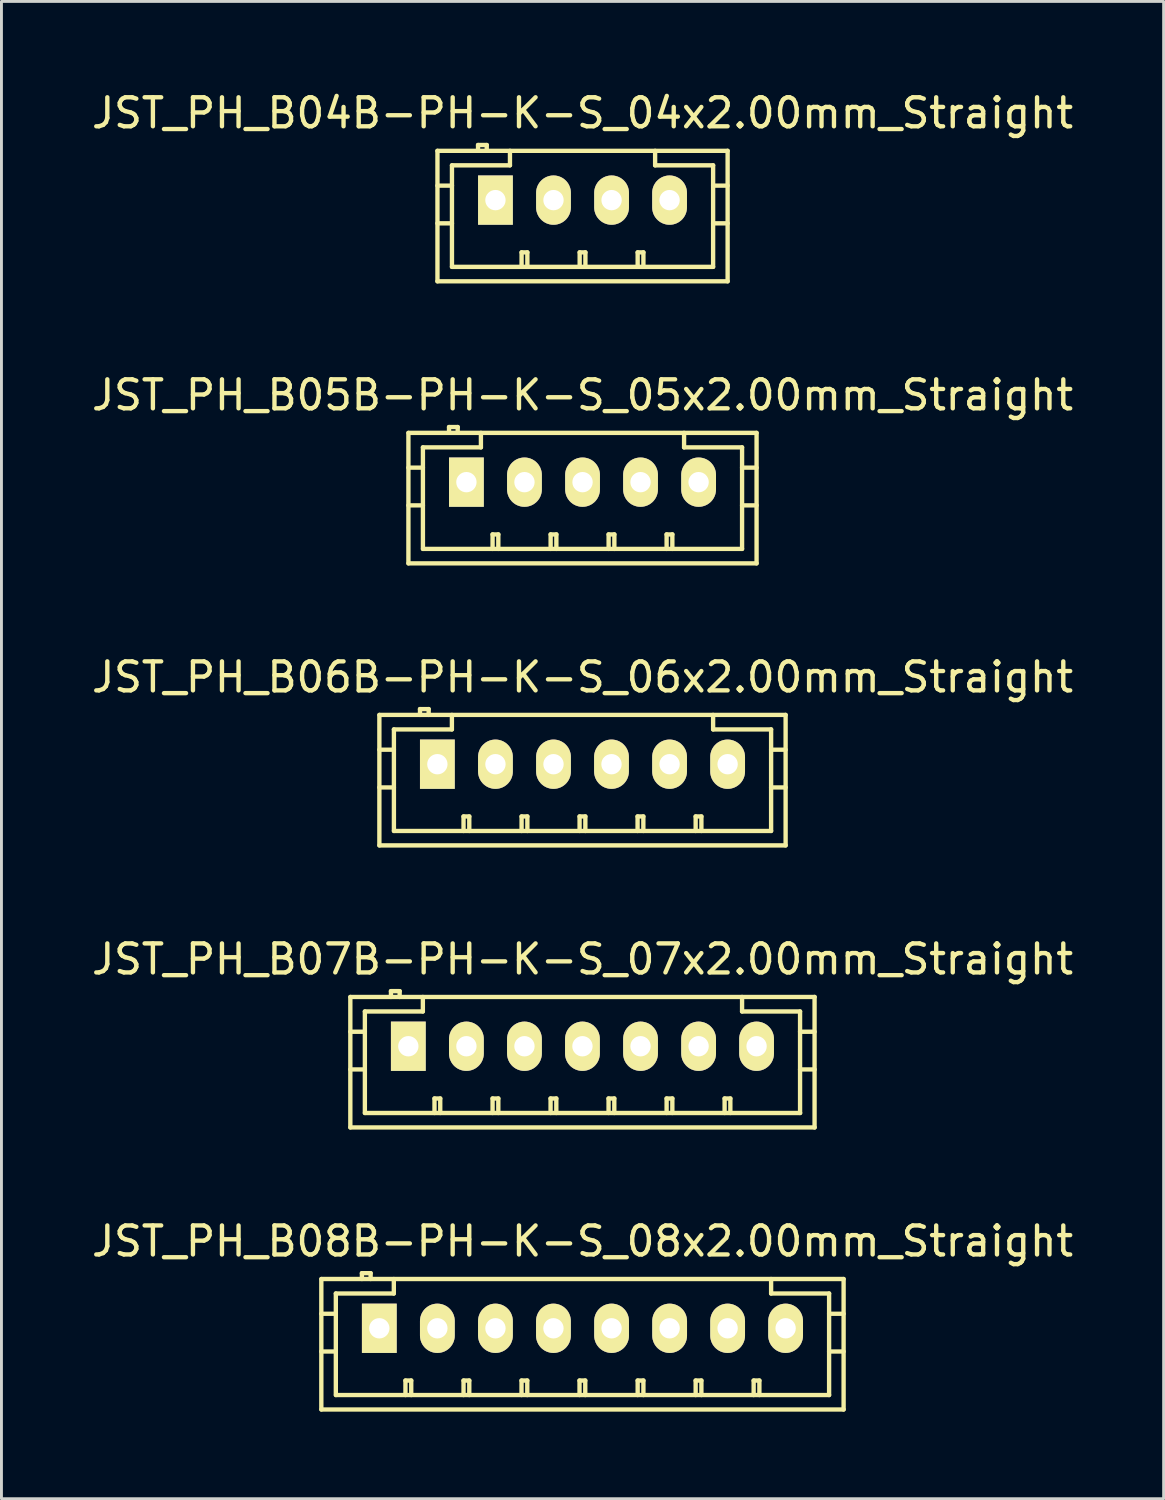
<source format=kicad_pcb>
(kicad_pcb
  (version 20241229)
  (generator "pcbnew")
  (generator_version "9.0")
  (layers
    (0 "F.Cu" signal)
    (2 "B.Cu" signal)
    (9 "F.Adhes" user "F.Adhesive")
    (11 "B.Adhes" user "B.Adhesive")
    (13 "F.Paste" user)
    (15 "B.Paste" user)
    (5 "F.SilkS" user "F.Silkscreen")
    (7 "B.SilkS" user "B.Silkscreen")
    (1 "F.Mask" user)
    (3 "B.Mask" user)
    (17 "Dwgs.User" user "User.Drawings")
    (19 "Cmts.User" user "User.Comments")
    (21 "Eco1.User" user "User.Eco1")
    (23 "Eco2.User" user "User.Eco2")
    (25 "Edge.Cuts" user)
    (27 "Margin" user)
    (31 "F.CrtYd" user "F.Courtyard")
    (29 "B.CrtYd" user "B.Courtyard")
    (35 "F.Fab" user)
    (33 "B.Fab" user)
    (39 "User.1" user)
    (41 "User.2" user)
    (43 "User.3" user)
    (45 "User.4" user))
  (footprint "JST_PH_B07B-PH-K-S_07x2.00mm_Straight"
    (layer "F.Cu")
    (at 11.03 33.014)
    (property "Reference" "JST_PH_B07B-PH-K-S_07x2.00mm_Straight" (at 6 -3 0) (layer "F.SilkS") (effects (font (size 1 1) (thickness 0.15))))
    (attr through_hole)
    (fp_line (start -2.004 -1.699) (end -2.004 2.799) (stroke (width 0.15) (type solid)) (layer "F.SilkS"))
    (fp_line (start -2.001 -1.699) (end 14.001 -1.699) (stroke (width 0.15) (type solid)) (layer "F.SilkS"))
    (fp_line (start -2.001 2.799) (end 14.001 2.799) (stroke (width 0.15) (type solid)) (layer "F.SilkS"))
    (fp_line (start -1.503 -1.199) (end -1.503 2.301) (stroke (width 0.15) (type solid)) (layer "F.SilkS"))
    (fp_line (start -1.503 -0.5) (end -2.004 -0.5) (stroke (width 0.15) (type solid)) (layer "F.SilkS"))
    (fp_line (start -1.503 0.8) (end -2.004 0.8) (stroke (width 0.15) (type solid)) (layer "F.SilkS"))
    (fp_line (start -0.604 -1.9) (end -0.604 -1.699) (stroke (width 0.15) (type solid)) (layer "F.SilkS"))
    (fp_line (start -0.304 -1.9) (end -0.604 -1.9) (stroke (width 0.15) (type solid)) (layer "F.SilkS"))
    (fp_line (start -0.304 -1.699) (end -0.304 -1.9) (stroke (width 0.15) (type solid)) (layer "F.SilkS"))
    (fp_line (start 0.496 -1.699) (end 0.496 -1.199) (stroke (width 0.15) (type solid)) (layer "F.SilkS"))
    (fp_line (start 0.496 -1.199) (end -1.503 -1.199) (stroke (width 0.15) (type solid)) (layer "F.SilkS"))
    (fp_line (start 0.897 1.801) (end 1.095 1.801) (stroke (width 0.15) (type solid)) (layer "F.SilkS"))
    (fp_line (start 0.897 2.301) (end 0.897 1.801) (stroke (width 0.15) (type solid)) (layer "F.SilkS"))
    (fp_line (start 1.095 1.801) (end 1.095 2.301) (stroke (width 0.15) (type solid)) (layer "F.SilkS"))
    (fp_line (start 2.899 1.801) (end 3.097 1.801) (stroke (width 0.15) (type solid)) (layer "F.SilkS"))
    (fp_line (start 2.899 2.301) (end 2.899 1.801) (stroke (width 0.15) (type solid)) (layer "F.SilkS"))
    (fp_line (start 3.097 1.801) (end 3.097 2.301) (stroke (width 0.15) (type solid)) (layer "F.SilkS"))
    (fp_line (start 4.898 1.801) (end 5.096 1.801) (stroke (width 0.15) (type solid)) (layer "F.SilkS"))
    (fp_line (start 4.898 2.301) (end 4.898 1.801) (stroke (width 0.15) (type solid)) (layer "F.SilkS"))
    (fp_line (start 5.096 1.801) (end 5.096 2.301) (stroke (width 0.15) (type solid)) (layer "F.SilkS"))
    (fp_line (start 6.897 1.801) (end 7.095 1.801) (stroke (width 0.15) (type solid)) (layer "F.SilkS"))
    (fp_line (start 6.897 2.301) (end 6.897 1.801) (stroke (width 0.15) (type solid)) (layer "F.SilkS"))
    (fp_line (start 7.095 1.801) (end 7.095 2.301) (stroke (width 0.15) (type solid)) (layer "F.SilkS"))
    (fp_line (start 8.898 1.801) (end 9.096 1.801) (stroke (width 0.15) (type solid)) (layer "F.SilkS"))
    (fp_line (start 8.898 2.301) (end 8.898 1.801) (stroke (width 0.15) (type solid)) (layer "F.SilkS"))
    (fp_line (start 9.096 1.801) (end 9.096 2.301) (stroke (width 0.15) (type solid)) (layer "F.SilkS"))
    (fp_line (start 10.897 1.801) (end 11.095 1.801) (stroke (width 0.15) (type solid)) (layer "F.SilkS"))
    (fp_line (start 10.897 2.301) (end 10.897 1.801) (stroke (width 0.15) (type solid)) (layer "F.SilkS"))
    (fp_line (start 11.095 1.801) (end 11.095 2.301) (stroke (width 0.15) (type solid)) (layer "F.SilkS"))
    (fp_line (start 11.499 -1.199) (end 11.499 -1.699) (stroke (width 0.15) (type solid)) (layer "F.SilkS"))
    (fp_line (start 13.498 -1.199) (end 11.499 -1.199) (stroke (width 0.15) (type solid)) (layer "F.SilkS"))
    (fp_line (start 13.498 0.8) (end 13.998 0.8) (stroke (width 0.15) (type solid)) (layer "F.SilkS"))
    (fp_line (start 13.498 2.301) (end 13.498 -1.199) (stroke (width 0.15) (type solid)) (layer "F.SilkS"))
    (fp_line (start 13.501 2.301) (end -1.501 2.301) (stroke (width 0.15) (type solid)) (layer "F.SilkS"))
    (fp_line (start 13.998 -1.699) (end 13.998 2.799) (stroke (width 0.15) (type solid)) (layer "F.SilkS"))
    (fp_line (start 13.998 -0.5) (end 13.498 -0.5) (stroke (width 0.15) (type solid)) (layer "F.SilkS"))
    (pad "1" thru_hole rect (at -0.005 0) (size 1.199 1.699) (drill 0.701) (layers "*.Cu" "*.Mask" "F.SilkS"))
    (pad "2" thru_hole oval (at 1.997 0) (size 1.199 1.699) (drill 0.701) (layers "*.Cu" "*.Mask" "F.SilkS"))
    (pad "3" thru_hole oval (at 3.998 0) (size 1.199 1.699) (drill 0.701) (layers "*.Cu" "*.Mask" "F.SilkS"))
    (pad "4" thru_hole oval (at 5.997 0) (size 1.199 1.699) (drill 0.701) (layers "*.Cu" "*.Mask" "F.SilkS"))
    (pad "5" thru_hole oval (at 7.999 0) (size 1.199 1.699) (drill 0.701) (layers "*.Cu" "*.Mask" "F.SilkS"))
    (pad "6" thru_hole oval (at 10.001 0) (size 1.199 1.699) (drill 0.701) (layers "*.Cu" "*.Mask" "F.SilkS"))
    (pad "7" thru_hole oval (at 11.999 0) (size 1.199 1.699) (drill 0.701) (layers "*.Cu" "*.Mask" "F.SilkS")))
  (footprint "JST_PH_B08B-PH-K-S_08x2.00mm_Straight"
    (layer "F.Cu")
    (at 10.03 42.736)
    (property "Reference" "JST_PH_B08B-PH-K-S_08x2.00mm_Straight" (at 7 -3 0) (layer "F.SilkS") (effects (font (size 1 1) (thickness 0.15))))
    (attr through_hole)
    (fp_line (start -2.004 -1.699) (end -2.004 2.799) (stroke (width 0.15) (type solid)) (layer "F.SilkS"))
    (fp_line (start -1.999 -1.699) (end 15.999 -1.699) (stroke (width 0.15) (type solid)) (layer "F.SilkS"))
    (fp_line (start -1.999 2.799) (end 15.999 2.799) (stroke (width 0.15) (type solid)) (layer "F.SilkS"))
    (fp_line (start -1.504 -1.199) (end -1.504 2.301) (stroke (width 0.15) (type solid)) (layer "F.SilkS"))
    (fp_line (start -1.504 -0.5) (end -2.004 -0.5) (stroke (width 0.15) (type solid)) (layer "F.SilkS"))
    (fp_line (start -1.504 0.8) (end -2.004 0.8) (stroke (width 0.15) (type solid)) (layer "F.SilkS"))
    (fp_line (start -0.605 -1.9) (end -0.605 -1.699) (stroke (width 0.15) (type solid)) (layer "F.SilkS"))
    (fp_line (start -0.305 -1.9) (end -0.605 -1.9) (stroke (width 0.15) (type solid)) (layer "F.SilkS"))
    (fp_line (start -0.305 -1.699) (end -0.305 -1.9) (stroke (width 0.15) (type solid)) (layer "F.SilkS"))
    (fp_line (start 0.495 -1.699) (end 0.495 -1.199) (stroke (width 0.15) (type solid)) (layer "F.SilkS"))
    (fp_line (start 0.495 -1.199) (end -1.504 -1.199) (stroke (width 0.15) (type solid)) (layer "F.SilkS"))
    (fp_line (start 0.896 1.801) (end 1.095 1.801) (stroke (width 0.15) (type solid)) (layer "F.SilkS"))
    (fp_line (start 0.896 2.301) (end 0.896 1.801) (stroke (width 0.15) (type solid)) (layer "F.SilkS"))
    (fp_line (start 1.095 1.801) (end 1.095 2.301) (stroke (width 0.15) (type solid)) (layer "F.SilkS"))
    (fp_line (start 2.898 1.801) (end 3.096 1.801) (stroke (width 0.15) (type solid)) (layer "F.SilkS"))
    (fp_line (start 2.898 2.301) (end 2.898 1.801) (stroke (width 0.15) (type solid)) (layer "F.SilkS"))
    (fp_line (start 3.096 1.801) (end 3.096 2.301) (stroke (width 0.15) (type solid)) (layer "F.SilkS"))
    (fp_line (start 4.897 1.801) (end 5.095 1.801) (stroke (width 0.15) (type solid)) (layer "F.SilkS"))
    (fp_line (start 4.897 2.301) (end 4.897 1.801) (stroke (width 0.15) (type solid)) (layer "F.SilkS"))
    (fp_line (start 5.095 1.801) (end 5.095 2.301) (stroke (width 0.15) (type solid)) (layer "F.SilkS"))
    (fp_line (start 6.896 1.801) (end 7.094 1.801) (stroke (width 0.15) (type solid)) (layer "F.SilkS"))
    (fp_line (start 6.896 2.301) (end 6.896 1.801) (stroke (width 0.15) (type solid)) (layer "F.SilkS"))
    (fp_line (start 7.094 1.801) (end 7.094 2.301) (stroke (width 0.15) (type solid)) (layer "F.SilkS"))
    (fp_line (start 8.9 1.801) (end 9.098 1.801) (stroke (width 0.15) (type solid)) (layer "F.SilkS"))
    (fp_line (start 8.9 2.301) (end 8.9 1.801) (stroke (width 0.15) (type solid)) (layer "F.SilkS"))
    (fp_line (start 9.098 1.801) (end 9.098 2.301) (stroke (width 0.15) (type solid)) (layer "F.SilkS"))
    (fp_line (start 10.899 1.801) (end 11.097 1.801) (stroke (width 0.15) (type solid)) (layer "F.SilkS"))
    (fp_line (start 10.899 2.301) (end 10.899 1.801) (stroke (width 0.15) (type solid)) (layer "F.SilkS"))
    (fp_line (start 11.097 1.801) (end 11.097 2.301) (stroke (width 0.15) (type solid)) (layer "F.SilkS"))
    (fp_line (start 12.898 1.801) (end 13.096 1.801) (stroke (width 0.15) (type solid)) (layer "F.SilkS"))
    (fp_line (start 12.898 2.301) (end 12.898 1.801) (stroke (width 0.15) (type solid)) (layer "F.SilkS"))
    (fp_line (start 13.096 1.801) (end 13.096 2.301) (stroke (width 0.15) (type solid)) (layer "F.SilkS"))
    (fp_line (start 13.5 -1.199) (end 13.5 -1.699) (stroke (width 0.15) (type solid)) (layer "F.SilkS"))
    (fp_line (start 15.499 -1.199) (end 13.5 -1.199) (stroke (width 0.15) (type solid)) (layer "F.SilkS"))
    (fp_line (start 15.499 0.8) (end 15.999 0.8) (stroke (width 0.15) (type solid)) (layer "F.SilkS"))
    (fp_line (start 15.499 2.301) (end -1.499 2.301) (stroke (width 0.15) (type solid)) (layer "F.SilkS"))
    (fp_line (start 15.499 2.301) (end 15.499 -1.199) (stroke (width 0.15) (type solid)) (layer "F.SilkS"))
    (fp_line (start 15.999 -1.699) (end 15.999 2.799) (stroke (width 0.15) (type solid)) (layer "F.SilkS"))
    (fp_line (start 15.999 -0.5) (end 15.499 -0.5) (stroke (width 0.15) (type solid)) (layer "F.SilkS"))
    (pad "1" thru_hole rect (at -0.005 0) (size 1.199 1.699) (drill 0.701) (layers "*.Cu" "*.Mask" "F.SilkS"))
    (pad "2" thru_hole oval (at 1.996 0) (size 1.199 1.699) (drill 0.701) (layers "*.Cu" "*.Mask" "F.SilkS"))
    (pad "3" thru_hole oval (at 3.998 0) (size 1.199 1.699) (drill 0.701) (layers "*.Cu" "*.Mask" "F.SilkS"))
    (pad "4" thru_hole oval (at 5.997 0) (size 1.199 1.699) (drill 0.701) (layers "*.Cu" "*.Mask" "F.SilkS"))
    (pad "5" thru_hole oval (at 8.001 0) (size 1.199 1.699) (drill 0.701) (layers "*.Cu" "*.Mask" "F.SilkS"))
    (pad "6" thru_hole oval (at 10.002 0) (size 1.199 1.699) (drill 0.701) (layers "*.Cu" "*.Mask" "F.SilkS"))
    (pad "7" thru_hole oval (at 12.001 0) (size 1.199 1.699) (drill 0.701) (layers "*.Cu" "*.Mask" "F.SilkS"))
    (pad "8" thru_hole oval (at 14 0) (size 1.199 1.699) (drill 0.701) (layers "*.Cu" "*.Mask" "F.SilkS")))
  (footprint "JST_PH_B06B-PH-K-S_06x2.00mm_Straight"
    (layer "F.Cu")
    (at 12.03 23.292)
    (property "Reference" "JST_PH_B06B-PH-K-S_06x2.00mm_Straight" (at 5 -3 0) (layer "F.SilkS") (effects (font (size 1 1) (thickness 0.15))))
    (attr through_hole)
    (fp_line (start -2.003 -1.699) (end -2.003 2.799) (stroke (width 0.15) (type solid)) (layer "F.SilkS"))
    (fp_line (start -2 2.799) (end 12 2.799) (stroke (width 0.15) (type solid)) (layer "F.SilkS"))
    (fp_line (start -1.502 -1.199) (end -1.502 2.301) (stroke (width 0.15) (type solid)) (layer "F.SilkS"))
    (fp_line (start -1.502 -0.5) (end -2.003 -0.5) (stroke (width 0.15) (type solid)) (layer "F.SilkS"))
    (fp_line (start -1.502 0.8) (end -2.003 0.8) (stroke (width 0.15) (type solid)) (layer "F.SilkS"))
    (fp_line (start -0.603 -1.9) (end -0.603 -1.699) (stroke (width 0.15) (type solid)) (layer "F.SilkS"))
    (fp_line (start -0.304 -1.9) (end -0.603 -1.9) (stroke (width 0.15) (type solid)) (layer "F.SilkS"))
    (fp_line (start -0.304 -1.699) (end -0.304 -1.9) (stroke (width 0.15) (type solid)) (layer "F.SilkS"))
    (fp_line (start 0.497 -1.699) (end 0.497 -1.199) (stroke (width 0.15) (type solid)) (layer "F.SilkS"))
    (fp_line (start 0.497 -1.199) (end -1.502 -1.199) (stroke (width 0.15) (type solid)) (layer "F.SilkS"))
    (fp_line (start 0.898 1.801) (end 1.096 1.801) (stroke (width 0.15) (type solid)) (layer "F.SilkS"))
    (fp_line (start 0.898 2.301) (end 0.898 1.801) (stroke (width 0.15) (type solid)) (layer "F.SilkS"))
    (fp_line (start 1.096 1.801) (end 1.096 2.301) (stroke (width 0.15) (type solid)) (layer "F.SilkS"))
    (fp_line (start 2.899 1.801) (end 3.098 1.801) (stroke (width 0.15) (type solid)) (layer "F.SilkS"))
    (fp_line (start 2.899 2.301) (end 2.899 1.801) (stroke (width 0.15) (type solid)) (layer "F.SilkS"))
    (fp_line (start 3.098 1.801) (end 3.098 2.301) (stroke (width 0.15) (type solid)) (layer "F.SilkS"))
    (fp_line (start 4.898 1.801) (end 5.097 1.801) (stroke (width 0.15) (type solid)) (layer "F.SilkS"))
    (fp_line (start 4.898 2.301) (end 4.898 1.801) (stroke (width 0.15) (type solid)) (layer "F.SilkS"))
    (fp_line (start 5.097 1.801) (end 5.097 2.301) (stroke (width 0.15) (type solid)) (layer "F.SilkS"))
    (fp_line (start 6.897 1.801) (end 7.096 1.801) (stroke (width 0.15) (type solid)) (layer "F.SilkS"))
    (fp_line (start 6.897 2.301) (end 6.897 1.801) (stroke (width 0.15) (type solid)) (layer "F.SilkS"))
    (fp_line (start 7.096 1.801) (end 7.096 2.301) (stroke (width 0.15) (type solid)) (layer "F.SilkS"))
    (fp_line (start 8.899 1.801) (end 9.097 1.801) (stroke (width 0.15) (type solid)) (layer "F.SilkS"))
    (fp_line (start 8.899 2.301) (end 8.899 1.801) (stroke (width 0.15) (type solid)) (layer "F.SilkS"))
    (fp_line (start 9.097 1.801) (end 9.097 2.301) (stroke (width 0.15) (type solid)) (layer "F.SilkS"))
    (fp_line (start 9.501 -1.199) (end 9.501 -1.699) (stroke (width 0.15) (type solid)) (layer "F.SilkS"))
    (fp_line (start 11.5 -1.199) (end 9.501 -1.199) (stroke (width 0.15) (type solid)) (layer "F.SilkS"))
    (fp_line (start 11.5 0.8) (end 12 0.8) (stroke (width 0.15) (type solid)) (layer "F.SilkS"))
    (fp_line (start 11.5 2.301) (end -1.5 2.301) (stroke (width 0.15) (type solid)) (layer "F.SilkS"))
    (fp_line (start 11.5 2.301) (end 11.5 -1.199) (stroke (width 0.15) (type solid)) (layer "F.SilkS"))
    (fp_line (start 12 -1.699) (end -2 -1.699) (stroke (width 0.15) (type solid)) (layer "F.SilkS"))
    (fp_line (start 12 -1.699) (end 12 2.799) (stroke (width 0.15) (type solid)) (layer "F.SilkS"))
    (fp_line (start 12 -0.5) (end 11.5 -0.5) (stroke (width 0.15) (type solid)) (layer "F.SilkS"))
    (pad "1" thru_hole rect (at -0.004 0) (size 1.199 1.699) (drill 0.701) (layers "*.Cu" "*.Mask" "F.SilkS"))
    (pad "2" thru_hole oval (at 1.998 0) (size 1.199 1.699) (drill 0.701) (layers "*.Cu" "*.Mask" "F.SilkS"))
    (pad "3" thru_hole oval (at 3.999 0) (size 1.199 1.699) (drill 0.701) (layers "*.Cu" "*.Mask" "F.SilkS"))
    (pad "4" thru_hole oval (at 5.998 0) (size 1.199 1.699) (drill 0.701) (layers "*.Cu" "*.Mask" "F.SilkS"))
    (pad "5" thru_hole oval (at 8 0) (size 1.199 1.699) (drill 0.701) (layers "*.Cu" "*.Mask" "F.SilkS"))
    (pad "6" thru_hole oval (at 10.001 0) (size 1.199 1.699) (drill 0.701) (layers "*.Cu" "*.Mask" "F.SilkS")))
  (footprint "JST_PH_B05B-PH-K-S_05x2.00mm_Straight"
    (layer "F.Cu")
    (at 13.03 13.57)
    (property "Reference" "JST_PH_B05B-PH-K-S_05x2.00mm_Straight" (at 4 -3 0) (layer "F.SilkS") (effects (font (size 1 1) (thickness 0.15))))
    (attr through_hole)
    (fp_line (start -2.002 -1.699) (end -2.002 2.799) (stroke (width 0.15) (type solid)) (layer "F.SilkS"))
    (fp_line (start -1.502 -1.199) (end -1.502 2.301) (stroke (width 0.15) (type solid)) (layer "F.SilkS"))
    (fp_line (start -1.502 -0.5) (end -2.002 -0.5) (stroke (width 0.15) (type solid)) (layer "F.SilkS"))
    (fp_line (start -1.502 0.8) (end -2.002 0.8) (stroke (width 0.15) (type solid)) (layer "F.SilkS"))
    (fp_line (start -1.499 2.301) (end 9.499 2.301) (stroke (width 0.15) (type solid)) (layer "F.SilkS"))
    (fp_line (start -0.602 -1.9) (end -0.602 -1.699) (stroke (width 0.15) (type solid)) (layer "F.SilkS"))
    (fp_line (start -0.303 -1.9) (end -0.602 -1.9) (stroke (width 0.15) (type solid)) (layer "F.SilkS"))
    (fp_line (start -0.303 -1.699) (end -0.303 -1.9) (stroke (width 0.15) (type solid)) (layer "F.SilkS"))
    (fp_line (start 0.497 -1.699) (end 0.497 -1.199) (stroke (width 0.15) (type solid)) (layer "F.SilkS"))
    (fp_line (start 0.497 -1.199) (end -1.502 -1.199) (stroke (width 0.15) (type solid)) (layer "F.SilkS"))
    (fp_line (start 0.899 1.801) (end 1.097 1.801) (stroke (width 0.15) (type solid)) (layer "F.SilkS"))
    (fp_line (start 0.899 2.301) (end 0.899 1.801) (stroke (width 0.15) (type solid)) (layer "F.SilkS"))
    (fp_line (start 1.097 1.801) (end 1.097 2.301) (stroke (width 0.15) (type solid)) (layer "F.SilkS"))
    (fp_line (start 2.9 1.801) (end 3.098 1.801) (stroke (width 0.15) (type solid)) (layer "F.SilkS"))
    (fp_line (start 2.9 2.301) (end 2.9 1.801) (stroke (width 0.15) (type solid)) (layer "F.SilkS"))
    (fp_line (start 3.098 1.801) (end 3.098 2.301) (stroke (width 0.15) (type solid)) (layer "F.SilkS"))
    (fp_line (start 4.899 1.801) (end 5.097 1.801) (stroke (width 0.15) (type solid)) (layer "F.SilkS"))
    (fp_line (start 4.899 2.301) (end 4.899 1.801) (stroke (width 0.15) (type solid)) (layer "F.SilkS"))
    (fp_line (start 5.097 1.801) (end 5.097 2.301) (stroke (width 0.15) (type solid)) (layer "F.SilkS"))
    (fp_line (start 6.898 1.801) (end 7.096 1.801) (stroke (width 0.15) (type solid)) (layer "F.SilkS"))
    (fp_line (start 6.898 2.301) (end 6.898 1.801) (stroke (width 0.15) (type solid)) (layer "F.SilkS"))
    (fp_line (start 7.096 1.801) (end 7.096 2.301) (stroke (width 0.15) (type solid)) (layer "F.SilkS"))
    (fp_line (start 7.5 -1.199) (end 7.5 -1.699) (stroke (width 0.15) (type solid)) (layer "F.SilkS"))
    (fp_line (start 9.499 -1.199) (end 7.5 -1.199) (stroke (width 0.15) (type solid)) (layer "F.SilkS"))
    (fp_line (start 9.499 0.8) (end 9.999 0.8) (stroke (width 0.15) (type solid)) (layer "F.SilkS"))
    (fp_line (start 9.499 2.301) (end 9.499 -1.199) (stroke (width 0.15) (type solid)) (layer "F.SilkS"))
    (fp_line (start 9.999 -1.699) (end -1.999 -1.699) (stroke (width 0.15) (type solid)) (layer "F.SilkS"))
    (fp_line (start 9.999 -1.699) (end 9.999 2.799) (stroke (width 0.15) (type solid)) (layer "F.SilkS"))
    (fp_line (start 9.999 -0.5) (end 9.499 -0.5) (stroke (width 0.15) (type solid)) (layer "F.SilkS"))
    (fp_line (start 9.999 2.799) (end -1.999 2.799) (stroke (width 0.15) (type solid)) (layer "F.SilkS"))
    (pad "1" thru_hole rect (at -0.003 0) (size 1.199 1.699) (drill 0.701) (layers "*.Cu" "*.Mask" "F.SilkS"))
    (pad "2" thru_hole oval (at 1.998 0) (size 1.199 1.699) (drill 0.701) (layers "*.Cu" "*.Mask" "F.SilkS"))
    (pad "3" thru_hole oval (at 4 0) (size 1.199 1.699) (drill 0.701) (layers "*.Cu" "*.Mask" "F.SilkS"))
    (pad "4" thru_hole oval (at 5.999 0) (size 1.199 1.699) (drill 0.701) (layers "*.Cu" "*.Mask" "F.SilkS"))
    (pad "5" thru_hole oval (at 8.001 0) (size 1.199 1.699) (drill 0.701) (layers "*.Cu" "*.Mask" "F.SilkS")))
  (footprint "JST_PH_B04B-PH-K-S_04x2.00mm_Straight"
    (layer "F.Cu")
    (at 14.03 3.848)
    (property "Reference" "JST_PH_B04B-PH-K-S_04x2.00mm_Straight" (at 3 -3 0) (layer "F.SilkS") (effects (font (size 1 1) (thickness 0.15))))
    (attr through_hole)
    (fp_line (start -2.001 -1.699) (end -2.001 2.799) (stroke (width 0.15) (type solid)) (layer "F.SilkS"))
    (fp_line (start -2.001 -1.699) (end 8.001 -1.699) (stroke (width 0.15) (type solid)) (layer "F.SilkS"))
    (fp_line (start -2.001 2.799) (end 8.001 2.799) (stroke (width 0.15) (type solid)) (layer "F.SilkS"))
    (fp_line (start -1.501 -1.199) (end -1.501 2.301) (stroke (width 0.15) (type solid)) (layer "F.SilkS"))
    (fp_line (start -1.501 -0.5) (end -2.001 -0.5) (stroke (width 0.15) (type solid)) (layer "F.SilkS"))
    (fp_line (start -1.501 0.8) (end -2.001 0.8) (stroke (width 0.15) (type solid)) (layer "F.SilkS"))
    (fp_line (start -0.602 -1.9) (end -0.602 -1.699) (stroke (width 0.15) (type solid)) (layer "F.SilkS"))
    (fp_line (start -0.302 -1.9) (end -0.602 -1.9) (stroke (width 0.15) (type solid)) (layer "F.SilkS"))
    (fp_line (start -0.302 -1.699) (end -0.302 -1.9) (stroke (width 0.15) (type solid)) (layer "F.SilkS"))
    (fp_line (start 0.498 -1.699) (end 0.498 -1.199) (stroke (width 0.15) (type solid)) (layer "F.SilkS"))
    (fp_line (start 0.498 -1.199) (end -1.501 -1.199) (stroke (width 0.15) (type solid)) (layer "F.SilkS"))
    (fp_line (start 0.899 1.801) (end 1.098 1.801) (stroke (width 0.15) (type solid)) (layer "F.SilkS"))
    (fp_line (start 0.899 2.301) (end 0.899 1.801) (stroke (width 0.15) (type solid)) (layer "F.SilkS"))
    (fp_line (start 1.098 1.801) (end 1.098 2.301) (stroke (width 0.15) (type solid)) (layer "F.SilkS"))
    (fp_line (start 2.901 1.801) (end 3.099 1.801) (stroke (width 0.15) (type solid)) (layer "F.SilkS"))
    (fp_line (start 2.901 2.301) (end 2.901 1.801) (stroke (width 0.15) (type solid)) (layer "F.SilkS"))
    (fp_line (start 3.099 1.801) (end 3.099 2.301) (stroke (width 0.15) (type solid)) (layer "F.SilkS"))
    (fp_line (start 4.9 1.801) (end 5.098 1.801) (stroke (width 0.15) (type solid)) (layer "F.SilkS"))
    (fp_line (start 4.9 2.301) (end 4.9 1.801) (stroke (width 0.15) (type solid)) (layer "F.SilkS"))
    (fp_line (start 5.098 1.801) (end 5.098 2.301) (stroke (width 0.15) (type solid)) (layer "F.SilkS"))
    (fp_line (start 5.502 -1.199) (end 5.502 -1.699) (stroke (width 0.15) (type solid)) (layer "F.SilkS"))
    (fp_line (start 7.501 -1.199) (end 5.502 -1.199) (stroke (width 0.15) (type solid)) (layer "F.SilkS"))
    (fp_line (start 7.501 0.8) (end 8.001 0.8) (stroke (width 0.15) (type solid)) (layer "F.SilkS"))
    (fp_line (start 7.501 2.301) (end -1.501 2.301) (stroke (width 0.15) (type solid)) (layer "F.SilkS"))
    (fp_line (start 7.501 2.301) (end 7.501 -1.199) (stroke (width 0.15) (type solid)) (layer "F.SilkS"))
    (fp_line (start 8.001 -1.699) (end 8.001 2.799) (stroke (width 0.15) (type solid)) (layer "F.SilkS"))
    (fp_line (start 8.001 -0.5) (end 7.501 -0.5) (stroke (width 0.15) (type solid)) (layer "F.SilkS"))
    (pad "1" thru_hole rect (at -0.002 0) (size 1.199 1.699) (drill 0.701) (layers "*.Cu" "*.Mask" "F.SilkS"))
    (pad "2" thru_hole oval (at 1.999 0) (size 1.199 1.699) (drill 0.701) (layers "*.Cu" "*.Mask" "F.SilkS"))
    (pad "3" thru_hole oval (at 4.001 0) (size 1.199 1.699) (drill 0.701) (layers "*.Cu" "*.Mask" "F.SilkS"))
    (pad "4" thru_hole oval (at 6 0) (size 1.199 1.699) (drill 0.701) (layers "*.Cu" "*.Mask" "F.SilkS")))
  (gr_rect
    (start -3 -3)
    (end 37.06 48.61)
    (stroke (width 0.1) (type default))
    (fill no)
    (layer "Edge.Cuts")))
</source>
